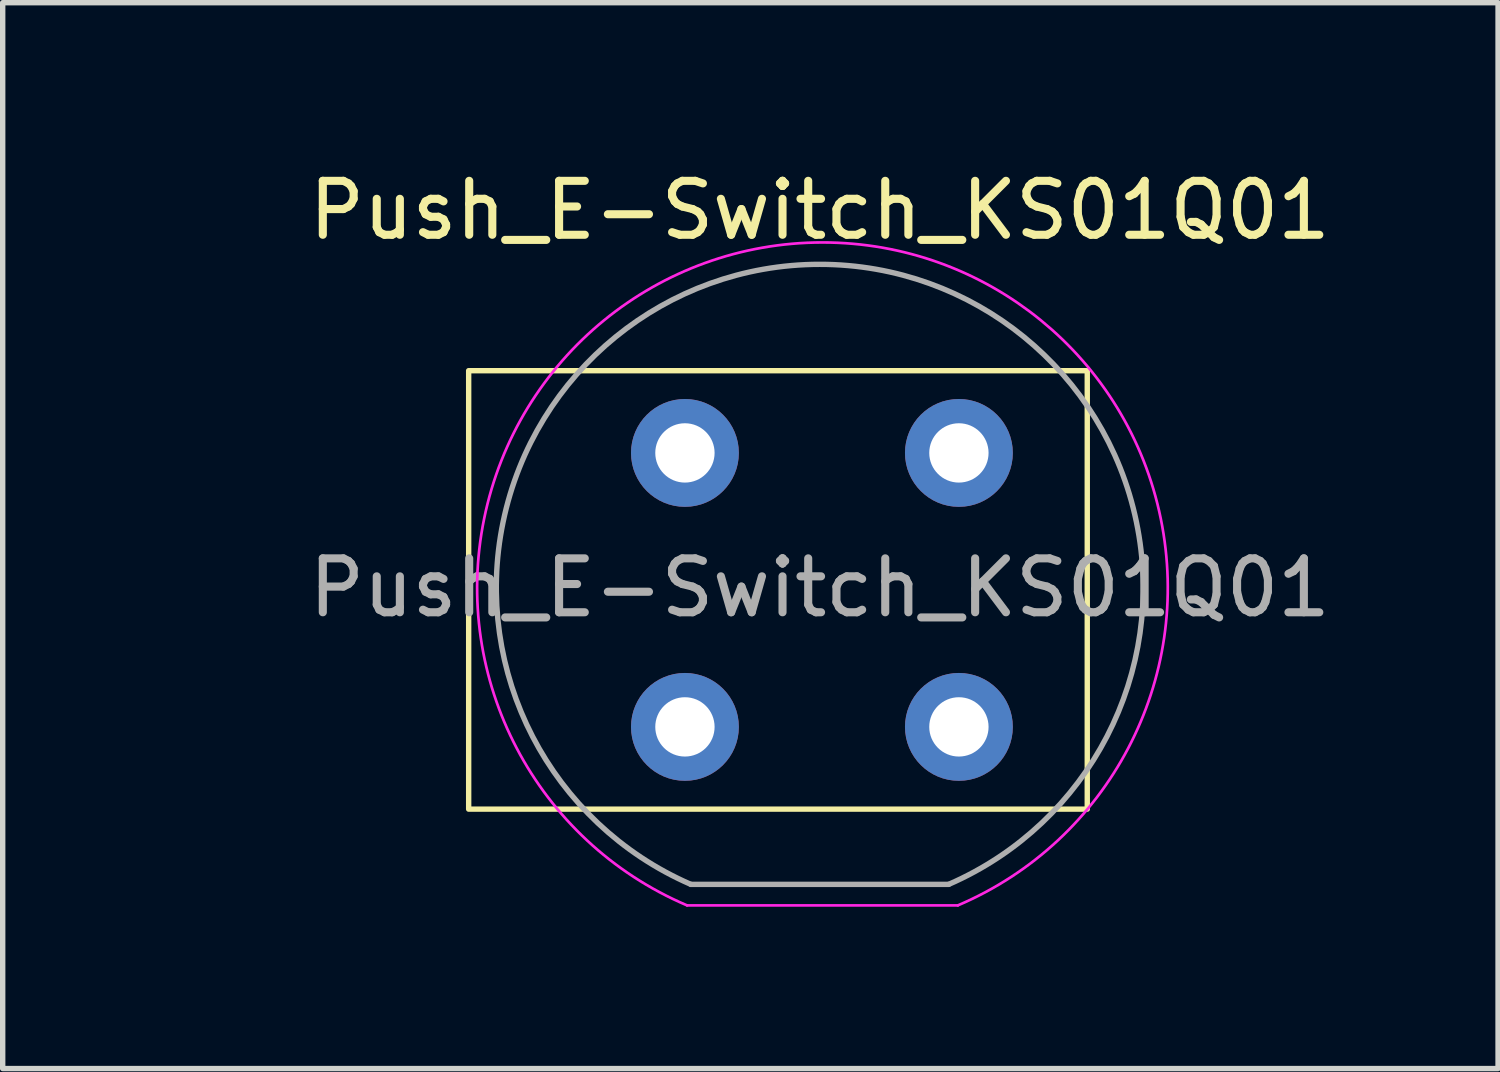
<source format=kicad_pcb>
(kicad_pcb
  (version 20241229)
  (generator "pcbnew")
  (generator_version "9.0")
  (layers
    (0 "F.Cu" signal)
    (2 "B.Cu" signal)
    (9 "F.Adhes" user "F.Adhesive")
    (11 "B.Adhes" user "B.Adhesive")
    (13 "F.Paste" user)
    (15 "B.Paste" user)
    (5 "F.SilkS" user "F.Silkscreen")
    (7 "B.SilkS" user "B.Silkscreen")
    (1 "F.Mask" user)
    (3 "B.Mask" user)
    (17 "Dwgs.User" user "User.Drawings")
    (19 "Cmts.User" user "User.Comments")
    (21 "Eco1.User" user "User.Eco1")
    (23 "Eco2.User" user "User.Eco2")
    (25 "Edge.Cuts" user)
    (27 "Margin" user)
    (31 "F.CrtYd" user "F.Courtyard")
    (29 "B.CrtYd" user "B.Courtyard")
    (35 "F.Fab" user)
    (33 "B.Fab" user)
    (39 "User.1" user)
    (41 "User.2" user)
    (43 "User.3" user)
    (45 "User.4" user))
  (footprint "Push_E-Switch_KS01Q01"
    (layer "F.Cu")
    (at 9.65 5.348)
    (property "Reference" "Push_E-Switch_KS01Q01" (at 2.5 -4.5 0) (layer "F.SilkS") (effects (font (size 1 1) (thickness 0.15))))
    (attr through_hole)
    (fp_rect (start -4.01 -1.525) (end 7.46 6.605) (stroke (width 0.1) (type default)) (fill no) (layer "F.SilkS"))
    (fp_line (start 0.04 8.39) (end 5.06 8.39) (stroke (width 0.05) (type solid)) (layer "F.CrtYd"))
    (fp_arc (start 0.04 8.39) (mid 2.55 -3.902515) (end 5.06 8.39) (stroke (width 0.05) (type solid)) (layer "F.CrtYd"))
    (fp_line (start 0.11 8) (end 4.89 8) (stroke (width 0.1) (type solid)) (layer "F.Fab"))
    (fp_arc (start 0.11 8) (mid 2.498654 -3.496841) (end 4.892469 7.998926) (stroke (width 0.1) (type solid)) (layer "F.Fab"))
    (fp_rect (start -9.6 -0.51) (end -4.01 5.59) (stroke (width 0.1) (type default)) (fill no) (layer "User.1"))
    (fp_text user "${REFERENCE}" (at 2.5 2.5 0) (layer "F.Fab") (effects (font (size 1 1) (thickness 0.15))))
    (pad "1" thru_hole circle (at 0 0) (size 2 2) (drill 1.1) (layers "*.Cu" "*.Mask"))
    (pad "2" thru_hole circle (at 5.08 0) (size 2 2) (drill 1.1) (layers "*.Cu" "*.Mask"))
    (pad "3" thru_hole circle (at 0 5.08) (size 2 2) (drill 1.1) (layers "*.Cu" "*.Mask"))
    (pad "4" thru_hole circle (at 5.08 5.08) (size 2 2) (drill 1.1) (layers "*.Cu" "*.Mask")))
  (gr_rect
    (start -3 -3)
    (end 24.727 16.763)
    (stroke (width 0.1) (type default))
    (fill no)
    (layer "Edge.Cuts")))
</source>
